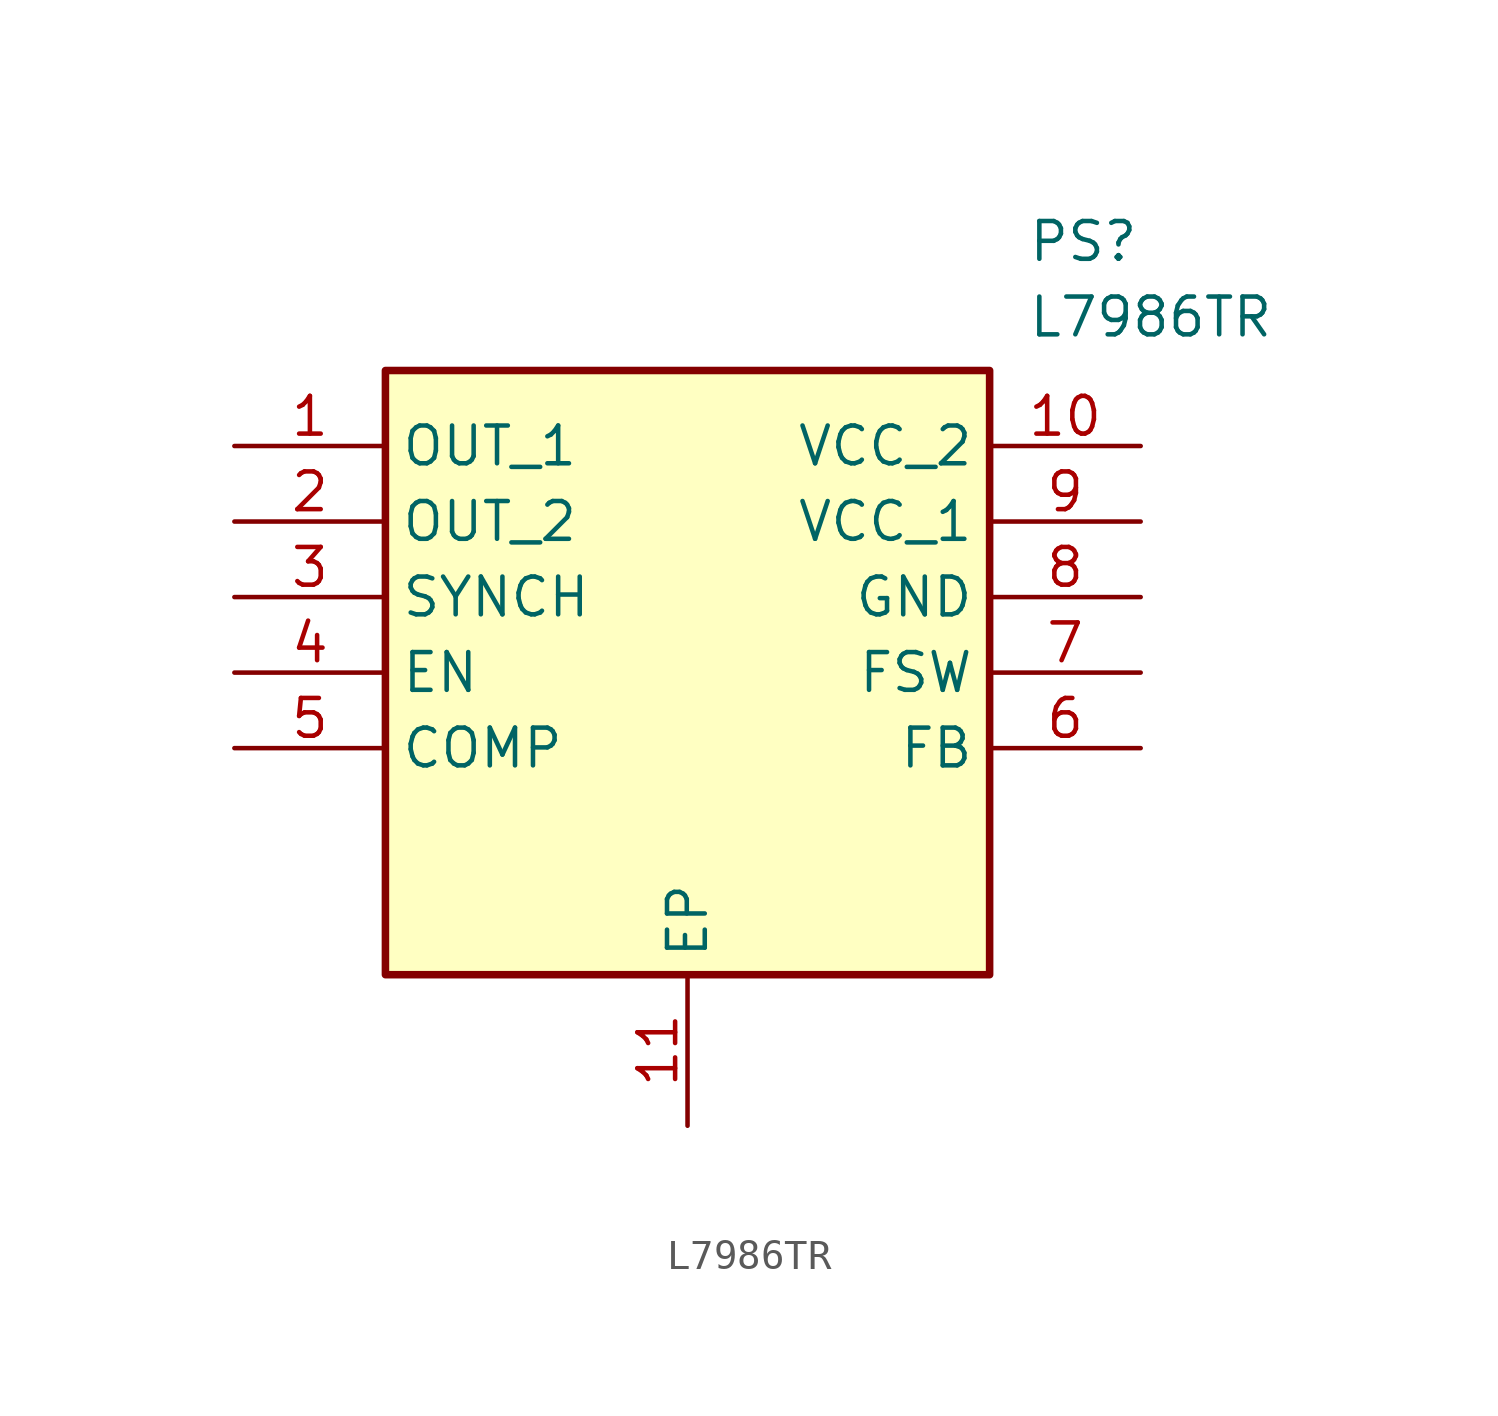
<source format=kicad_sym>
(kicad_symbol_lib
  (version 20241209)
  (generator "kicad_symbol_editor")
  (generator_version "9.0")
  (symbol "L7986TR"
    (property "Reference" "PS"
      (at 26.67 7.62 0)
      (effects (font (size 1.27 1.27)) (justify left top)))
    (property "Value" "L7986TR"
      (at 26.67 5.08 0)
      (effects (font (size 1.27 1.27)) (justify left top)))
    (symbol "L7986TR_1_1"
      (rectangle (start 5.08 2.54) (end 25.4 -17.78) (stroke (width 0.254) (type default)) (fill (type background)))
      (pin passive line (at 0 0 0) (length 5.08) (name "OUT_1" (effects (font (size 1.27 1.27)))) (number "1" (effects (font (size 1.27 1.27)))))
      (pin passive line (at 0 -2.54 0) (length 5.08) (name "OUT_2" (effects (font (size 1.27 1.27)))) (number "2" (effects (font (size 1.27 1.27)))))
      (pin passive line (at 0 -5.08 0) (length 5.08) (name "SYNCH" (effects (font (size 1.27 1.27)))) (number "3" (effects (font (size 1.27 1.27)))))
      (pin passive line (at 0 -7.62 0) (length 5.08) (name "EN" (effects (font (size 1.27 1.27)))) (number "4" (effects (font (size 1.27 1.27)))))
      (pin passive line (at 0 -10.16 0) (length 5.08) (name "COMP" (effects (font (size 1.27 1.27)))) (number "5" (effects (font (size 1.27 1.27)))))
      (pin passive line (at 15.24 -22.86 90) (length 5.08) (name "EP" (effects (font (size 1.27 1.27)))) (number "11" (effects (font (size 1.27 1.27)))))
      (pin passive line (at 30.48 0 180) (length 5.08) (name "VCC_2" (effects (font (size 1.27 1.27)))) (number "10" (effects (font (size 1.27 1.27)))))
      (pin passive line (at 30.48 -2.54 180) (length 5.08) (name "VCC_1" (effects (font (size 1.27 1.27)))) (number "9" (effects (font (size 1.27 1.27)))))
      (pin passive line (at 30.48 -5.08 180) (length 5.08) (name "GND" (effects (font (size 1.27 1.27)))) (number "8" (effects (font (size 1.27 1.27)))))
      (pin passive line (at 30.48 -7.62 180) (length 5.08) (name "FSW" (effects (font (size 1.27 1.27)))) (number "7" (effects (font (size 1.27 1.27)))))
      (pin passive line (at 30.48 -10.16 180) (length 5.08) (name "FB" (effects (font (size 1.27 1.27)))) (number "6" (effects (font (size 1.27 1.27))))))))
</source>
